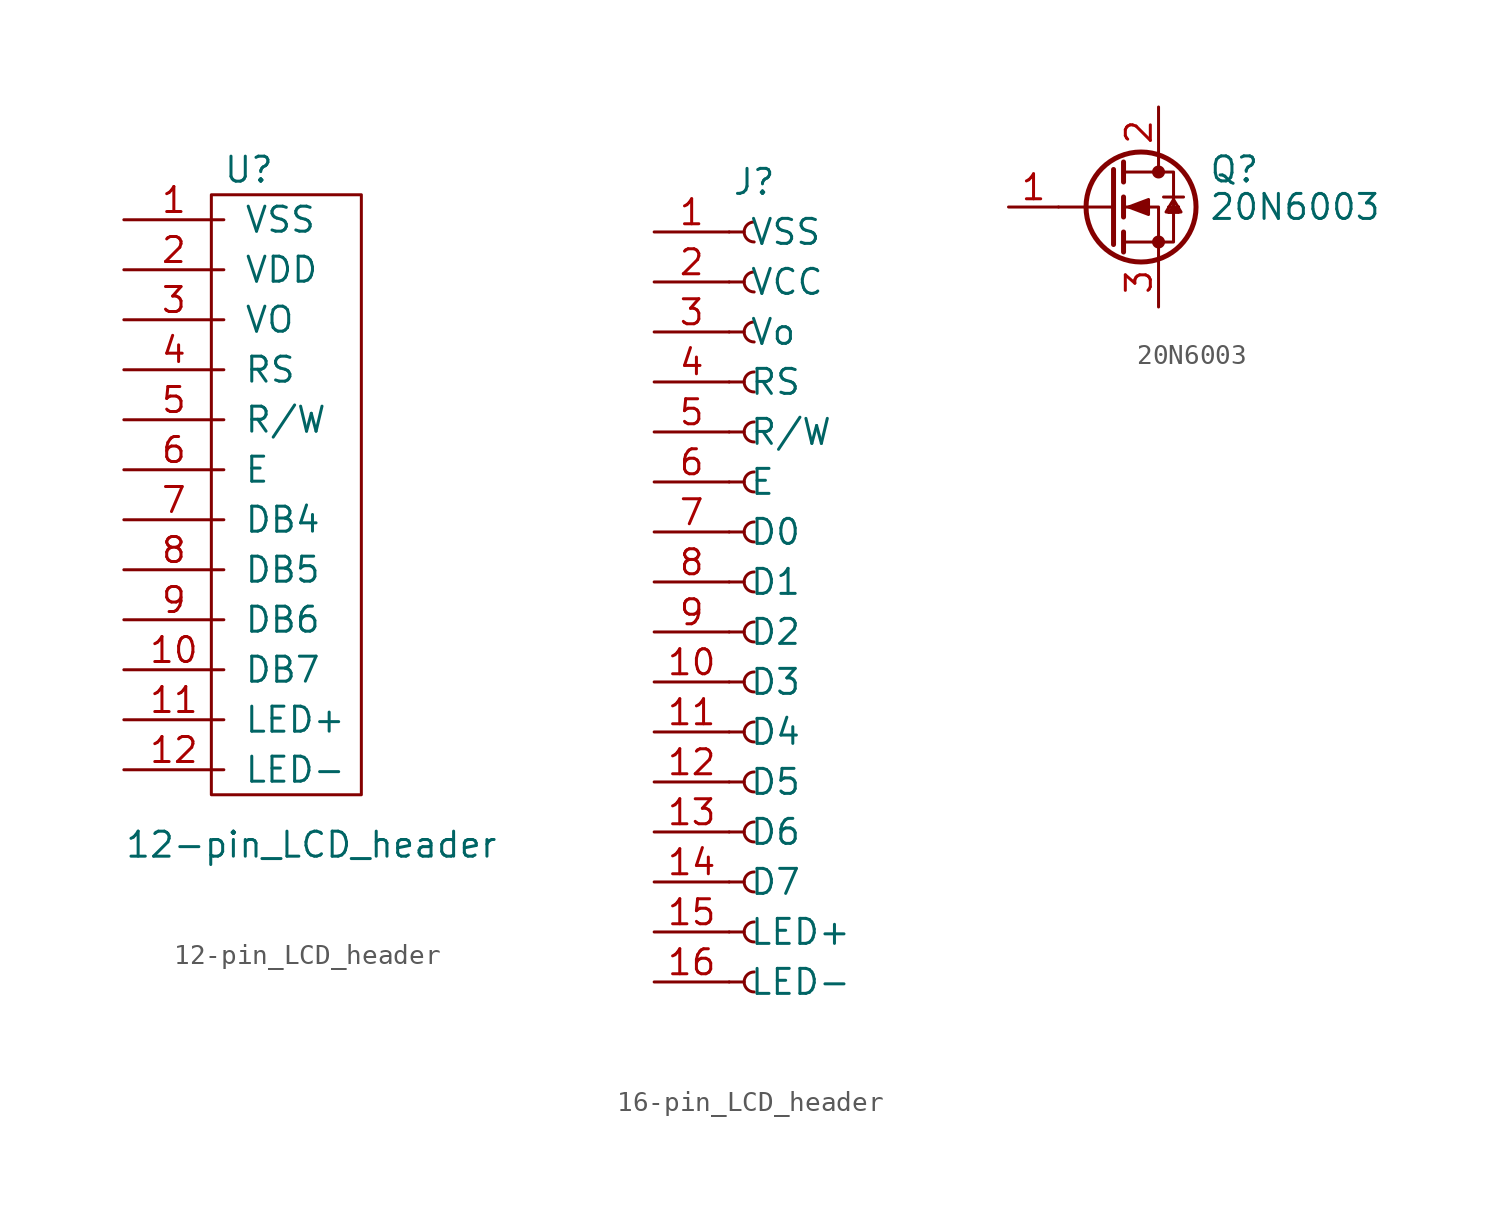
<source format=kicad_sym>
(kicad_symbol_lib
  (version 20231120)
  (generator "kicad_symbol_editor")
  (generator_version "8.0")
  (symbol "12-pin_LCD_header"
    (pin_names
      (offset 1.016))
    (property "Reference" "U"
      (at 6.35 2.54 0)
      (effects (font (size 1.27 1.27))))
    (property "Value" "12-pin_LCD_header"
      (at 9.525 -31.75 0)
      (effects (font (size 1.27 1.27))))
    (symbol "12-pin_LCD_header_0_1"
      (rectangle (start 4.445 1.27) (end 12.065 -29.21) (stroke (width 0) (type default)) (fill (type none))))
    (symbol "12-pin_LCD_header_1_1"
      (pin input line (at 0 0 0) (length 5.08) (name "VSS" (effects (font (size 1.27 1.27)))) (number "1" (effects (font (size 1.27 1.27)))))
      (pin input line (at 0 -22.86 0) (length 5.08) (name "DB7" (effects (font (size 1.27 1.27)))) (number "10" (effects (font (size 1.27 1.27)))))
      (pin input line (at 0 -25.4 0) (length 5.08) (name "LED+" (effects (font (size 1.27 1.27)))) (number "11" (effects (font (size 1.27 1.27)))))
      (pin input line (at 0 -27.94 0) (length 5.08) (name "LED-" (effects (font (size 1.27 1.27)))) (number "12" (effects (font (size 1.27 1.27)))))
      (pin input line (at 0 -2.54 0) (length 5.08) (name "VDD" (effects (font (size 1.27 1.27)))) (number "2" (effects (font (size 1.27 1.27)))))
      (pin input line (at 0 -5.08 0) (length 5.08) (name "VO" (effects (font (size 1.27 1.27)))) (number "3" (effects (font (size 1.27 1.27)))))
      (pin input line (at 0 -7.62 0) (length 5.08) (name "RS" (effects (font (size 1.27 1.27)))) (number "4" (effects (font (size 1.27 1.27)))))
      (pin input line (at 0 -10.16 0) (length 5.08) (name "R/W" (effects (font (size 1.27 1.27)))) (number "5" (effects (font (size 1.27 1.27)))))
      (pin input line (at 0 -12.7 0) (length 5.08) (name "E" (effects (font (size 1.27 1.27)))) (number "6" (effects (font (size 1.27 1.27)))))
      (pin input line (at 0 -15.24 0) (length 5.08) (name "DB4" (effects (font (size 1.27 1.27)))) (number "7" (effects (font (size 1.27 1.27)))))
      (pin input line (at 0 -17.78 0) (length 5.08) (name "DB5" (effects (font (size 1.27 1.27)))) (number "8" (effects (font (size 1.27 1.27)))))
      (pin input line (at 0 -20.32 0) (length 5.08) (name "DB6" (effects (font (size 1.27 1.27)))) (number "9" (effects (font (size 1.27 1.27)))))))
  (symbol "16-pin_LCD_header"
    (pin_names
      (offset 1.016))
    (property "Reference" "J"
      (at 0 20.32 0)
      (effects (font (size 1.27 1.27))))
    (symbol "16-pin_LCD_header_1_1"
      (arc (start 0 -19.812) (mid -0.5058 -20.32) (end 0 -20.828) (stroke (width 0.1524) (type default)) (fill (type none)))
      (arc (start 0 -17.272) (mid -0.5058 -17.78) (end 0 -18.288) (stroke (width 0.1524) (type default)) (fill (type none)))
      (arc (start 0 -14.732) (mid -0.5058 -15.24) (end 0 -15.748) (stroke (width 0.1524) (type default)) (fill (type none)))
      (arc (start 0 -12.192) (mid -0.5058 -12.7) (end 0 -13.208) (stroke (width 0.1524) (type default)) (fill (type none)))
      (arc (start 0 -9.652) (mid -0.5058 -10.16) (end 0 -10.668) (stroke (width 0.1524) (type default)) (fill (type none)))
      (arc (start 0 -7.112) (mid -0.5058 -7.62) (end 0 -8.128) (stroke (width 0.1524) (type default)) (fill (type none)))
      (arc (start 0 -4.572) (mid -0.5058 -5.08) (end 0 -5.588) (stroke (width 0.1524) (type default)) (fill (type none)))
      (arc (start 0 -2.032) (mid -0.5058 -2.54) (end 0 -3.048) (stroke (width 0.1524) (type default)) (fill (type none)))
      (polyline (pts (xy -1.27 -20.32) (xy -0.508 -20.32)) (stroke (width 0.152) (type default)) (fill (type none)))
      (polyline (pts (xy -1.27 -17.78) (xy -0.508 -17.78)) (stroke (width 0.152) (type default)) (fill (type none)))
      (polyline (pts (xy -1.27 -15.24) (xy -0.508 -15.24)) (stroke (width 0.152) (type default)) (fill (type none)))
      (polyline (pts (xy -1.27 -12.7) (xy -0.508 -12.7)) (stroke (width 0.152) (type default)) (fill (type none)))
      (polyline (pts (xy -1.27 -10.16) (xy -0.508 -10.16)) (stroke (width 0.152) (type default)) (fill (type none)))
      (polyline (pts (xy -1.27 -7.62) (xy -0.508 -7.62)) (stroke (width 0.152) (type default)) (fill (type none)))
      (polyline (pts (xy -1.27 -5.08) (xy -0.508 -5.08)) (stroke (width 0.152) (type default)) (fill (type none)))
      (polyline (pts (xy -1.27 -2.54) (xy -0.508 -2.54)) (stroke (width 0.152) (type default)) (fill (type none)))
      (polyline (pts (xy -1.27 0) (xy -0.508 0)) (stroke (width 0.152) (type default)) (fill (type none)))
      (polyline (pts (xy -1.27 2.54) (xy -0.508 2.54)) (stroke (width 0.152) (type default)) (fill (type none)))
      (polyline (pts (xy -1.27 5.08) (xy -0.508 5.08)) (stroke (width 0.152) (type default)) (fill (type none)))
      (polyline (pts (xy -1.27 7.62) (xy -0.508 7.62)) (stroke (width 0.152) (type default)) (fill (type none)))
      (polyline (pts (xy -1.27 10.16) (xy -0.508 10.16)) (stroke (width 0.152) (type default)) (fill (type none)))
      (polyline (pts (xy -1.27 12.7) (xy -0.508 12.7)) (stroke (width 0.152) (type default)) (fill (type none)))
      (polyline (pts (xy -1.27 15.24) (xy -0.508 15.24)) (stroke (width 0.152) (type default)) (fill (type none)))
      (polyline (pts (xy -1.27 17.78) (xy -0.508 17.78)) (stroke (width 0.152) (type default)) (fill (type none)))
      (arc (start 0 0.508) (mid -0.5058 0) (end 0 -0.508) (stroke (width 0.1524) (type default)) (fill (type none)))
      (arc (start 0 3.048) (mid -0.5058 2.54) (end 0 2.032) (stroke (width 0.1524) (type default)) (fill (type none)))
      (arc (start 0 5.588) (mid -0.5058 5.08) (end 0 4.572) (stroke (width 0.1524) (type default)) (fill (type none)))
      (arc (start 0 8.128) (mid -0.5058 7.62) (end 0 7.112) (stroke (width 0.1524) (type default)) (fill (type none)))
      (arc (start 0 10.668) (mid -0.5058 10.16) (end 0 9.652) (stroke (width 0.1524) (type default)) (fill (type none)))
      (arc (start 0 13.208) (mid -0.5058 12.7) (end 0 12.192) (stroke (width 0.1524) (type default)) (fill (type none)))
      (arc (start 0 15.748) (mid -0.5058 15.24) (end 0 14.732) (stroke (width 0.1524) (type default)) (fill (type none)))
      (arc (start 0 18.288) (mid -0.5058 17.78) (end 0 17.272) (stroke (width 0.1524) (type default)) (fill (type none)))
      (pin output line (at -5.08 17.78 0) (length 3.81) (name "VSS" (effects (font (size 1.27 1.27)))) (number "1" (effects (font (size 1.27 1.27)))))
      (pin output line (at -5.08 -5.08 0) (length 3.81) (name "D3" (effects (font (size 1.27 1.27)))) (number "10" (effects (font (size 1.27 1.27)))))
      (pin output line (at -5.08 -7.62 0) (length 3.81) (name "D4" (effects (font (size 1.27 1.27)))) (number "11" (effects (font (size 1.27 1.27)))))
      (pin output line (at -5.08 -10.16 0) (length 3.81) (name "D5" (effects (font (size 1.27 1.27)))) (number "12" (effects (font (size 1.27 1.27)))))
      (pin output line (at -5.08 -12.7 0) (length 3.81) (name "D6" (effects (font (size 1.27 1.27)))) (number "13" (effects (font (size 1.27 1.27)))))
      (pin output line (at -5.08 -15.24 0) (length 3.81) (name "D7" (effects (font (size 1.27 1.27)))) (number "14" (effects (font (size 1.27 1.27)))))
      (pin output line (at -5.08 -17.78 0) (length 3.81) (name "LED+" (effects (font (size 1.27 1.27)))) (number "15" (effects (font (size 1.27 1.27)))))
      (pin output line (at -5.08 -20.32 0) (length 3.81) (name "LED-" (effects (font (size 1.27 1.27)))) (number "16" (effects (font (size 1.27 1.27)))))
      (pin output line (at -5.08 15.24 0) (length 3.81) (name "VCC" (effects (font (size 1.27 1.27)))) (number "2" (effects (font (size 1.27 1.27)))))
      (pin output line (at -5.08 12.7 0) (length 3.81) (name "Vo" (effects (font (size 1.27 1.27)))) (number "3" (effects (font (size 1.27 1.27)))))
      (pin output line (at -5.08 10.16 0) (length 3.81) (name "RS" (effects (font (size 1.27 1.27)))) (number "4" (effects (font (size 1.27 1.27)))))
      (pin output line (at -5.08 7.62 0) (length 3.81) (name "R/W" (effects (font (size 1.27 1.27)))) (number "5" (effects (font (size 1.27 1.27)))))
      (pin output line (at -5.08 5.08 0) (length 3.81) (name "E" (effects (font (size 1.27 1.27)))) (number "6" (effects (font (size 1.27 1.27)))))
      (pin output line (at -5.08 2.54 0) (length 3.81) (name "D0" (effects (font (size 1.27 1.27)))) (number "7" (effects (font (size 1.27 1.27)))))
      (pin output line (at -5.08 0 0) (length 3.81) (name "D1" (effects (font (size 1.27 1.27)))) (number "8" (effects (font (size 1.27 1.27)))))
      (pin output line (at -5.08 -2.54 0) (length 3.81) (name "D2" (effects (font (size 1.27 1.27)))) (number "9" (effects (font (size 1.27 1.27)))))))
  (symbol "20N6003"
    (pin_names hide)
    (property "Reference" "Q"
      (at 5.08 1.905 0)
      (effects (font (size 1.27 1.27)) (justify left)))
    (property "Value" "20N6003"
      (at 5.08 0 0)
      (effects (font (size 1.27 1.27)) (justify left)))
    (symbol "20N6003_0_1"
      (polyline (pts (xy 0.254 0) (xy -2.54 0)) (stroke (width 0) (type default)) (fill (type none)))
      (polyline (pts (xy 0.254 1.905) (xy 0.254 -1.905)) (stroke (width 0.254) (type default)) (fill (type none)))
      (polyline (pts (xy 0.762 -1.27) (xy 0.762 -2.286)) (stroke (width 0.254) (type default)) (fill (type none)))
      (polyline (pts (xy 0.762 0.508) (xy 0.762 -0.508)) (stroke (width 0.254) (type default)) (fill (type none)))
      (polyline (pts (xy 0.762 2.286) (xy 0.762 1.27)) (stroke (width 0.254) (type default)) (fill (type none)))
      (polyline (pts (xy 2.54 2.54) (xy 2.54 1.778)) (stroke (width 0) (type default)) (fill (type none)))
      (polyline (pts (xy 2.794 0.508) (xy 3.81 0.508)) (stroke (width 0) (type default)) (fill (type none)))
      (polyline (pts (xy 3.048 -0.254) (xy 3.302 0)) (stroke (width 0) (type default)) (fill (type none)))
      (polyline (pts (xy 3.048 -0.254) (xy 3.556 -0.254)) (stroke (width 0) (type default)) (fill (type none)))
      (polyline (pts (xy 3.048 -0.254) (xy 3.556 -0.254)) (stroke (width 0) (type default)) (fill (type none)))
      (polyline (pts (xy 3.048 0) (xy 3.556 0)) (stroke (width 0) (type default)) (fill (type none)))
      (polyline (pts (xy 3.556 -0.254) (xy 3.302 0)) (stroke (width 0) (type default)) (fill (type none)))
      (polyline (pts (xy 2.54 -2.54) (xy 2.54 0) (xy 0.762 0)) (stroke (width 0) (type default)) (fill (type none)))
      (polyline (pts (xy 3.556 0) (xy 3.302 -0.254) (xy 3.048 -0.254)) (stroke (width 0) (type default)) (fill (type none)))
      (polyline (pts (xy 0.762 -1.778) (xy 3.302 -1.778) (xy 3.302 1.778) (xy 0.762 1.778)) (stroke (width 0) (type default)) (fill (type none)))
      (polyline (pts (xy 1.016 0) (xy 2.032 0.381) (xy 2.032 -0.381) (xy 1.016 0)) (stroke (width 0) (type default)) (fill (type outline)))
      (polyline (pts (xy 3.302 0.381) (xy 2.921 -0.254) (xy 3.683 -0.254) (xy 3.302 0.381)) (stroke (width 0) (type default)) (fill (type none)))
      (circle (center 1.651 0) (radius 2.794) (stroke (width 0.254) (type default)) (fill (type none)))
      (circle (center 2.54 -1.778) (radius 0.254) (stroke (width 0) (type default)) (fill (type outline)))
      (circle (center 2.54 1.778) (radius 0.254) (stroke (width 0) (type default)) (fill (type outline))))
    (symbol "20N6003_1_1"
      (pin input line (at -5.08 0 0) (length 2.54) (name "G" (effects (font (size 1.27 1.27)))) (number "1" (effects (font (size 1.27 1.27)))))
      (pin passive line (at 2.54 5.08 270) (length 2.54) (name "D" (effects (font (size 1.27 1.27)))) (number "2" (effects (font (size 1.27 1.27)))))
      (pin passive line (at 2.54 -5.08 90) (length 2.54) (name "S" (effects (font (size 1.27 1.27)))) (number "3" (effects (font (size 1.27 1.27))))))))
</source>
